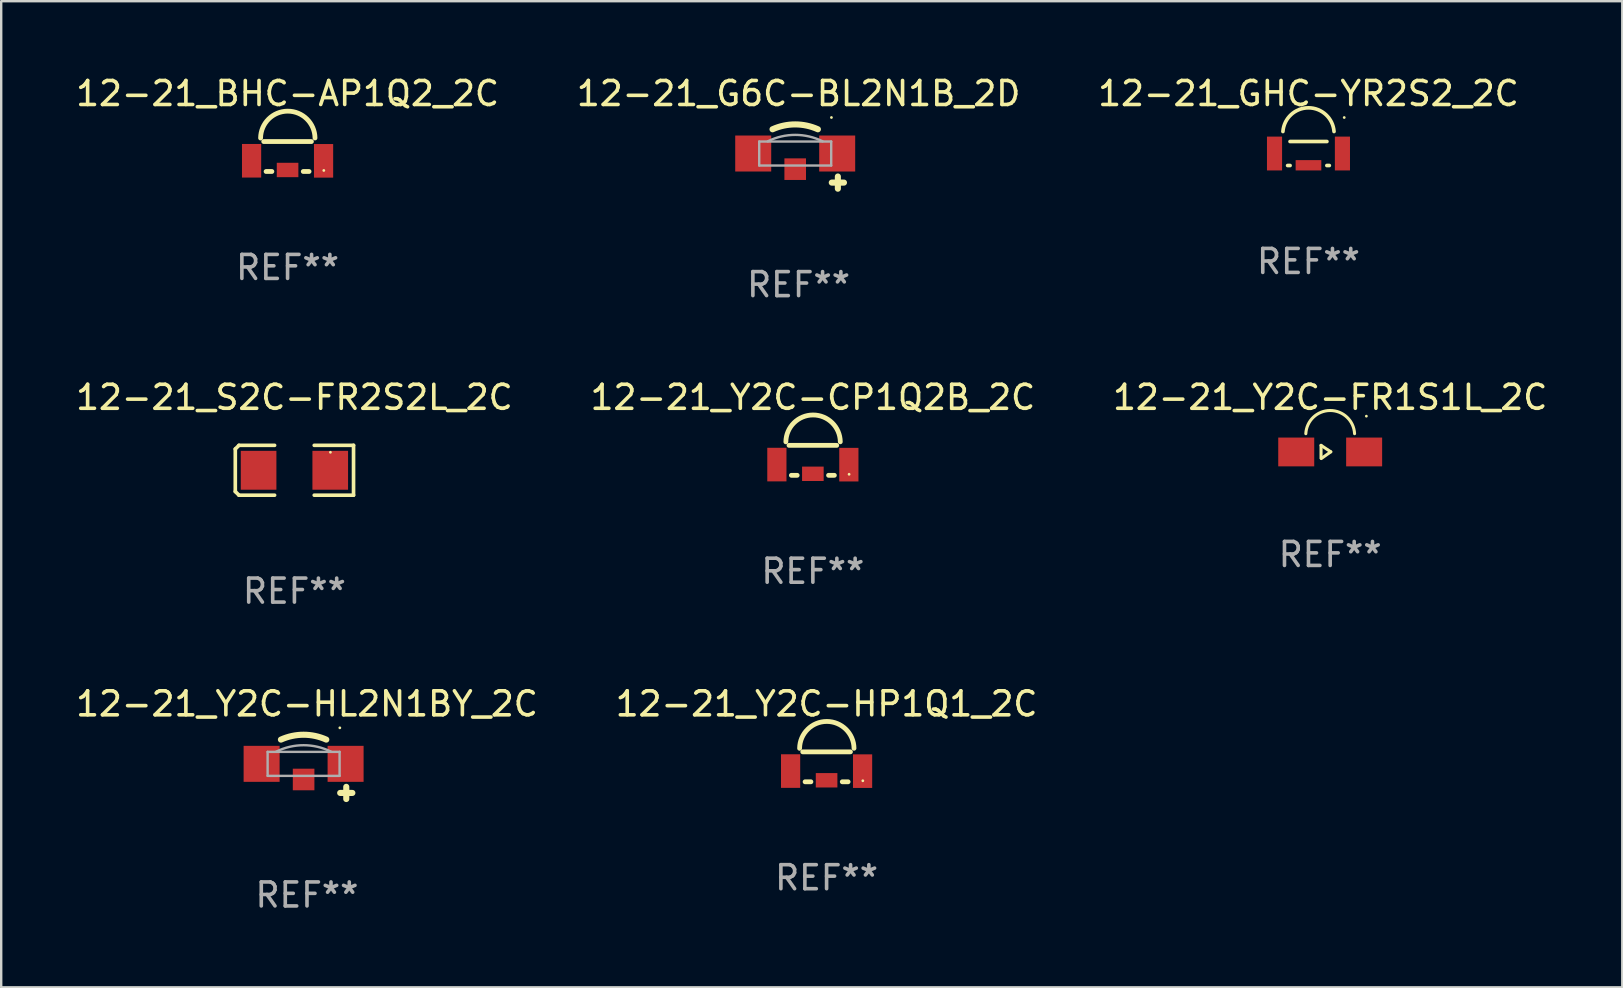
<source format=kicad_pcb>
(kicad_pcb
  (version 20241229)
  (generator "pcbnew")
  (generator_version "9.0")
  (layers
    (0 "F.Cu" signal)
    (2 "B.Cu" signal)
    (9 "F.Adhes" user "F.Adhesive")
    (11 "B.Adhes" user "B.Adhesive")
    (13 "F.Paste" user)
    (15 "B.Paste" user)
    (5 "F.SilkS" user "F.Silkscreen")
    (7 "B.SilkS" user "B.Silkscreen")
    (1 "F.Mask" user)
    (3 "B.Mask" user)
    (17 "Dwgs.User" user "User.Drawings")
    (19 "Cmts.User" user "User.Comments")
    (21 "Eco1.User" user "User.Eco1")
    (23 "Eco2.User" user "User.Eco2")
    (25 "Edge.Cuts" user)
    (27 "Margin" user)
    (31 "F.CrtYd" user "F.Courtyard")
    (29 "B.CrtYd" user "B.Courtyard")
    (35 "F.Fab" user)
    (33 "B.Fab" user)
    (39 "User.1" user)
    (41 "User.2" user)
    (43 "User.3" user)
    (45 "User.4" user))
  (footprint "12-21_Y2C-HP1Q1_2C"
    (layer "F.Cu")
    (at 31.399 28.908)
    (property "Reference" "12-21_Y2C-HP1Q1_2C" (at 0 -2.624 0) (layer "F.SilkS") (effects (font (size 1 1) (thickness 0.15))))
    (attr through_hole)
    (fp_line (start -0.994 -0.624) (end 0.994 -0.624) (stroke (width 0.2) (type solid)) (layer "F.SilkS"))
    (fp_line (start -0.896 0.624) (end -0.654 0.624) (stroke (width 0.2) (type solid)) (layer "F.SilkS"))
    (fp_line (start 0.654 0.624) (end 0.896 0.624) (stroke (width 0.2) (type solid)) (layer "F.SilkS"))
    (fp_arc (start -1.12502 -0.770421) (mid 0.007846 -1.894968) (end 1.143002 -0.772733) (stroke (width 0.2) (type solid)) (layer "F.SilkS"))
    (fp_circle (center 1.51 0.581) (end 1.54 0.581) (stroke (width 0.06) (type solid)) (fill no) (layer "F.SilkS"))
    (fp_text user "REF**" (at 0 4.624 0) (layer "F.Fab") (effects (font (size 1 1) (thickness 0.15))))
    (pad "1" smd rect (at 1.5 0.18) (size 0.8 1.4) (layers "F.Cu" "F.Mask" "F.Paste"))
    (pad "2" smd rect (at -1.5 0.177) (size 0.8 1.4) (layers "F.Cu" "F.Mask" "F.Paste"))
    (pad "3" smd rect (at 0 0.561 90) (size 0.6 0.9) (layers "F.Cu" "F.Mask" "F.Paste")))
  (footprint "12-21_S2C-FR2S2L_2C"
    (layer "F.Cu")
    (at 9.22 16.549)
    (property "Reference" "12-21_S2C-FR2S2L_2C" (at 0 -3.039 0) (layer "F.SilkS") (effects (font (size 1 1) (thickness 0.15))))
    (attr through_hole)
    (fp_line (start -2.464 -0.886) (end -2.311 -1.039) (stroke (width 0.152) (type solid)) (layer "F.SilkS"))
    (fp_line (start -2.464 0.886) (end -2.464 -0.886) (stroke (width 0.152) (type solid)) (layer "F.SilkS"))
    (fp_line (start -2.311 -1.039) (end -0.826 -1.039) (stroke (width 0.152) (type solid)) (layer "F.SilkS"))
    (fp_line (start -2.311 1.039) (end -2.464 0.886) (stroke (width 0.152) (type solid)) (layer "F.SilkS"))
    (fp_line (start -0.826 1.039) (end -2.311 1.039) (stroke (width 0.152) (type solid)) (layer "F.SilkS"))
    (fp_line (start 0.826 1.039) (end 2.464 1.039) (stroke (width 0.152) (type solid)) (layer "F.SilkS"))
    (fp_line (start 2.464 -1.039) (end 0.826 -1.039) (stroke (width 0.152) (type solid)) (layer "F.SilkS"))
    (fp_line (start 2.464 1.039) (end 2.464 -1.039) (stroke (width 0.152) (type solid)) (layer "F.SilkS"))
    (fp_circle (center 1.5 -0.75) (end 1.53 -0.75) (stroke (width 0.06) (type solid)) (fill no) (layer "F.SilkS"))
    (fp_text user "REF**" (at 0 5.039 0) (layer "F.Fab") (effects (font (size 1 1) (thickness 0.15))))
    (pad "1" smd rect (at 1.493 0) (size 1.485 1.62) (layers "F.Cu" "F.Mask" "F.Paste"))
    (pad "2" smd rect (at -1.493 0) (size 1.485 1.62) (layers "F.Cu" "F.Mask" "F.Paste")))
  (footprint "12-21_BHC-AP1Q2_2C"
    (layer "F.Cu")
    (at 8.935 3.473)
    (property "Reference" "12-21_BHC-AP1Q2_2C" (at 0 -2.624 0) (layer "F.SilkS") (effects (font (size 1 1) (thickness 0.15))))
    (attr through_hole)
    (fp_line (start -0.994 -0.624) (end 0.994 -0.624) (stroke (width 0.2) (type solid)) (layer "F.SilkS"))
    (fp_line (start -0.896 0.624) (end -0.654 0.624) (stroke (width 0.2) (type solid)) (layer "F.SilkS"))
    (fp_line (start 0.654 0.624) (end 0.896 0.624) (stroke (width 0.2) (type solid)) (layer "F.SilkS"))
    (fp_arc (start -1.12502 -0.770421) (mid 0.007846 -1.894968) (end 1.143002 -0.772733) (stroke (width 0.2) (type solid)) (layer "F.SilkS"))
    (fp_circle (center 1.51 0.581) (end 1.54 0.581) (stroke (width 0.06) (type solid)) (fill no) (layer "F.SilkS"))
    (fp_text user "REF**" (at 0 4.624 0) (layer "F.Fab") (effects (font (size 1 1) (thickness 0.15))))
    (pad "1" smd rect (at 1.5 0.18) (size 0.8 1.4) (layers "F.Cu" "F.Mask" "F.Paste"))
    (pad "2" smd rect (at -1.5 0.177) (size 0.8 1.4) (layers "F.Cu" "F.Mask" "F.Paste"))
    (pad "3" smd rect (at 0 0.561 90) (size 0.6 0.9) (layers "F.Cu" "F.Mask" "F.Paste")))
  (footprint "12-21_GHC-YR2S2_2C"
    (layer "F.Cu")
    (at 51.482 3.348)
    (property "Reference" "12-21_GHC-YR2S2_2C" (at 0 -2.5 0) (layer "F.SilkS") (effects (font (size 1 1) (thickness 0.15))))
    (attr through_hole)
    (fp_line (start -0.869 0.5) (end -0.766 0.5) (stroke (width 0.152) (type solid)) (layer "F.SilkS"))
    (fp_line (start 0.766 0.5) (end 0.869 0.5) (stroke (width 0.152) (type solid)) (layer "F.SilkS"))
    (fp_line (start 0.769 -0.5) (end -0.769 -0.5) (stroke (width 0.152) (type solid)) (layer "F.SilkS"))
    (fp_arc (start -1.065127 -0.9167) (mid 0.000025 -1.90442) (end 1.065177 -0.916701) (stroke (width 0.151994) (type solid)) (layer "F.SilkS"))
    (fp_circle (center 1.49 -1.5) (end 1.52 -1.5) (stroke (width 0.06) (type solid)) (fill no) (layer "F.SilkS"))
    (fp_text user "REF**" (at 0 4.5 0) (layer "F.Fab") (effects (font (size 1 1) (thickness 0.15))))
    (pad "1" smd rect (at 1.415 0.000089 90) (size 1.41 0.63) (layers "F.Cu" "F.Mask" "F.Paste"))
    (pad "2" smd rect (at -1.415 0.000089 90) (size 1.41 0.63) (layers "F.Cu" "F.Mask" "F.Paste"))
    (pad "3" smd rect (at 0.000127 0.49) (size 1.07 0.43) (layers "F.Cu" "F.Mask" "F.Paste")))
  (footprint "12-21_Y2C-CP1Q2B_2C"
    (layer "F.Cu")
    (at 30.827 16.135)
    (property "Reference" "12-21_Y2C-CP1Q2B_2C" (at 0 -2.624 0) (layer "F.SilkS") (effects (font (size 1 1) (thickness 0.15))))
    (attr through_hole)
    (fp_line (start -0.994 -0.624) (end 0.994 -0.624) (stroke (width 0.2) (type solid)) (layer "F.SilkS"))
    (fp_line (start -0.896 0.624) (end -0.654 0.624) (stroke (width 0.2) (type solid)) (layer "F.SilkS"))
    (fp_line (start 0.654 0.624) (end 0.896 0.624) (stroke (width 0.2) (type solid)) (layer "F.SilkS"))
    (fp_arc (start -1.12502 -0.770421) (mid 0.007846 -1.894968) (end 1.143002 -0.772733) (stroke (width 0.2) (type solid)) (layer "F.SilkS"))
    (fp_circle (center 1.51 0.581) (end 1.54 0.581) (stroke (width 0.06) (type solid)) (fill no) (layer "F.SilkS"))
    (fp_text user "REF**" (at 0 4.624 0) (layer "F.Fab") (effects (font (size 1 1) (thickness 0.15))))
    (pad "1" smd rect (at 1.5 0.18) (size 0.8 1.4) (layers "F.Cu" "F.Mask" "F.Paste"))
    (pad "2" smd rect (at -1.5 0.177) (size 0.8 1.4) (layers "F.Cu" "F.Mask" "F.Paste"))
    (pad "3" smd rect (at 0 0.561 90) (size 0.6 0.9) (layers "F.Cu" "F.Mask" "F.Paste")))
  (footprint "12-21_G6C-BL2N1B_2D"
    (layer "F.Cu")
    (at 30.232 3.831)
    (property "Reference" "12-21_G6C-BL2N1B_2D" (at 0 -2.983 0) (layer "F.SilkS") (effects (font (size 1 1) (thickness 0.15))))
    (attr through_hole)
    (fp_line (start 1.383 0.729) (end 1.891 0.729) (stroke (width 0.254) (type solid)) (layer "F.SilkS"))
    (fp_line (start 1.637 0.983) (end 1.637 0.475) (stroke (width 0.254) (type solid)) (layer "F.SilkS"))
    (fp_arc (start -1.086335 -1.493205) (mid -0.14097 -1.696234) (end 0.804394 -1.493205) (stroke (width 0.254001) (type solid)) (layer "F.SilkS"))
    (fp_circle (center 1.369 -1.984) (end 1.399 -1.984) (stroke (width 0.06) (type solid)) (fill no) (layer "F.SilkS"))
    (fp_line (start -1.641 -0.983) (end 1.359 -0.983) (stroke (width 0.1) (type solid)) (layer "F.Fab"))
    (fp_line (start -1.641 0.017) (end -1.641 -0.983) (stroke (width 0.1) (type solid)) (layer "F.Fab"))
    (fp_line (start 1.359 -0.983) (end 1.359 0.017) (stroke (width 0.1) (type solid)) (layer "F.Fab"))
    (fp_line (start 1.359 0.017) (end -1.641 0.017) (stroke (width 0.1) (type solid)) (layer "F.Fab"))
    (fp_arc (start -1.283973 -0.990792) (mid -0.140971 -1.259454) (end 1.002032 -0.990793) (stroke (width 0.1) (type solid)) (layer "F.Fab"))
    (fp_text user "REF**" (at 0 4.983 0) (layer "F.Fab") (effects (font (size 1 1) (thickness 0.15))))
    (pad "1" smd rect (at 1.609 -0.483 90) (size 1.5 1.5) (layers "F.Cu" "F.Mask" "F.Paste"))
    (pad "2" smd rect (at -0.141 0.169) (size 0.9 0.9) (layers "F.Cu" "F.Mask" "F.Paste"))
    (pad "3" smd rect (at -1.891 -0.483 90) (size 1.5 1.5) (layers "F.Cu" "F.Mask" "F.Paste")))
  (footprint "12-21_Y2C-FR1S1L_2C"
    (layer "F.Cu")
    (at 52.387 15.785)
    (property "Reference" "12-21_Y2C-FR1S1L_2C" (at 0 -2.275 0) (layer "F.SilkS") (effects (font (size 1 1) (thickness 0.15))))
    (attr through_hole)
    (fp_line (start -0.381 -0.275) (end 0.025 -0.005) (stroke (width 0.127) (type solid)) (layer "F.SilkS"))
    (fp_line (start -0.381 0.255) (end -0.381 -0.275) (stroke (width 0.127) (type solid)) (layer "F.SilkS"))
    (fp_line (start 0.025 -0.005) (end -0.371 0.275) (stroke (width 0.127) (type solid)) (layer "F.SilkS"))
    (fp_arc (start -1.015926 -0.760985) (mid 0.000076 -1.726468) (end 1.016078 -0.760986) (stroke (width 0.127) (type solid)) (layer "F.SilkS"))
    (fp_circle (center 1.508 -1.491) (end 1.538 -1.491) (stroke (width 0.06) (type solid)) (fill no) (layer "F.SilkS"))
    (fp_text user "REF**" (at 0 4.275 0) (layer "F.Fab") (effects (font (size 1 1) (thickness 0.15))))
    (pad "1" smd rect (at 1.415 0.001) (size 1.5 1.2) (layers "F.Cu" "F.Mask" "F.Paste"))
    (pad "2" smd rect (at -1.415 0.001) (size 1.5 1.2) (layers "F.Cu" "F.Mask" "F.Paste")))
  (footprint "12-21_Y2C-HL2N1BY_2C"
    (layer "F.Cu")
    (at 9.744 29.267)
    (property "Reference" "12-21_Y2C-HL2N1BY_2C" (at 0 -2.983 0) (layer "F.SilkS") (effects (font (size 1 1) (thickness 0.15))))
    (attr through_hole)
    (fp_line (start 1.383 0.729) (end 1.891 0.729) (stroke (width 0.254) (type solid)) (layer "F.SilkS"))
    (fp_line (start 1.637 0.983) (end 1.637 0.475) (stroke (width 0.254) (type solid)) (layer "F.SilkS"))
    (fp_arc (start -1.086335 -1.493205) (mid -0.14097 -1.696234) (end 0.804394 -1.493205) (stroke (width 0.254001) (type solid)) (layer "F.SilkS"))
    (fp_circle (center 1.369 -1.984) (end 1.399 -1.984) (stroke (width 0.06) (type solid)) (fill no) (layer "F.SilkS"))
    (fp_line (start -1.641 -0.983) (end 1.359 -0.983) (stroke (width 0.1) (type solid)) (layer "F.Fab"))
    (fp_line (start -1.641 0.017) (end -1.641 -0.983) (stroke (width 0.1) (type solid)) (layer "F.Fab"))
    (fp_line (start 1.359 -0.983) (end 1.359 0.017) (stroke (width 0.1) (type solid)) (layer "F.Fab"))
    (fp_line (start 1.359 0.017) (end -1.641 0.017) (stroke (width 0.1) (type solid)) (layer "F.Fab"))
    (fp_arc (start -1.283973 -0.990792) (mid -0.140971 -1.259454) (end 1.002032 -0.990793) (stroke (width 0.1) (type solid)) (layer "F.Fab"))
    (fp_text user "REF**" (at 0 4.983 0) (layer "F.Fab") (effects (font (size 1 1) (thickness 0.15))))
    (pad "1" smd rect (at 1.609 -0.483 90) (size 1.5 1.5) (layers "F.Cu" "F.Mask" "F.Paste"))
    (pad "2" smd rect (at -0.141 0.169) (size 0.9 0.9) (layers "F.Cu" "F.Mask" "F.Paste"))
    (pad "3" smd rect (at -1.891 -0.483 90) (size 1.5 1.5) (layers "F.Cu" "F.Mask" "F.Paste")))
  (gr_rect
    (start -3 -3)
    (end 64.56 38.098)
    (stroke (width 0.1) (type default))
    (fill no)
    (layer "Edge.Cuts")))
</source>
